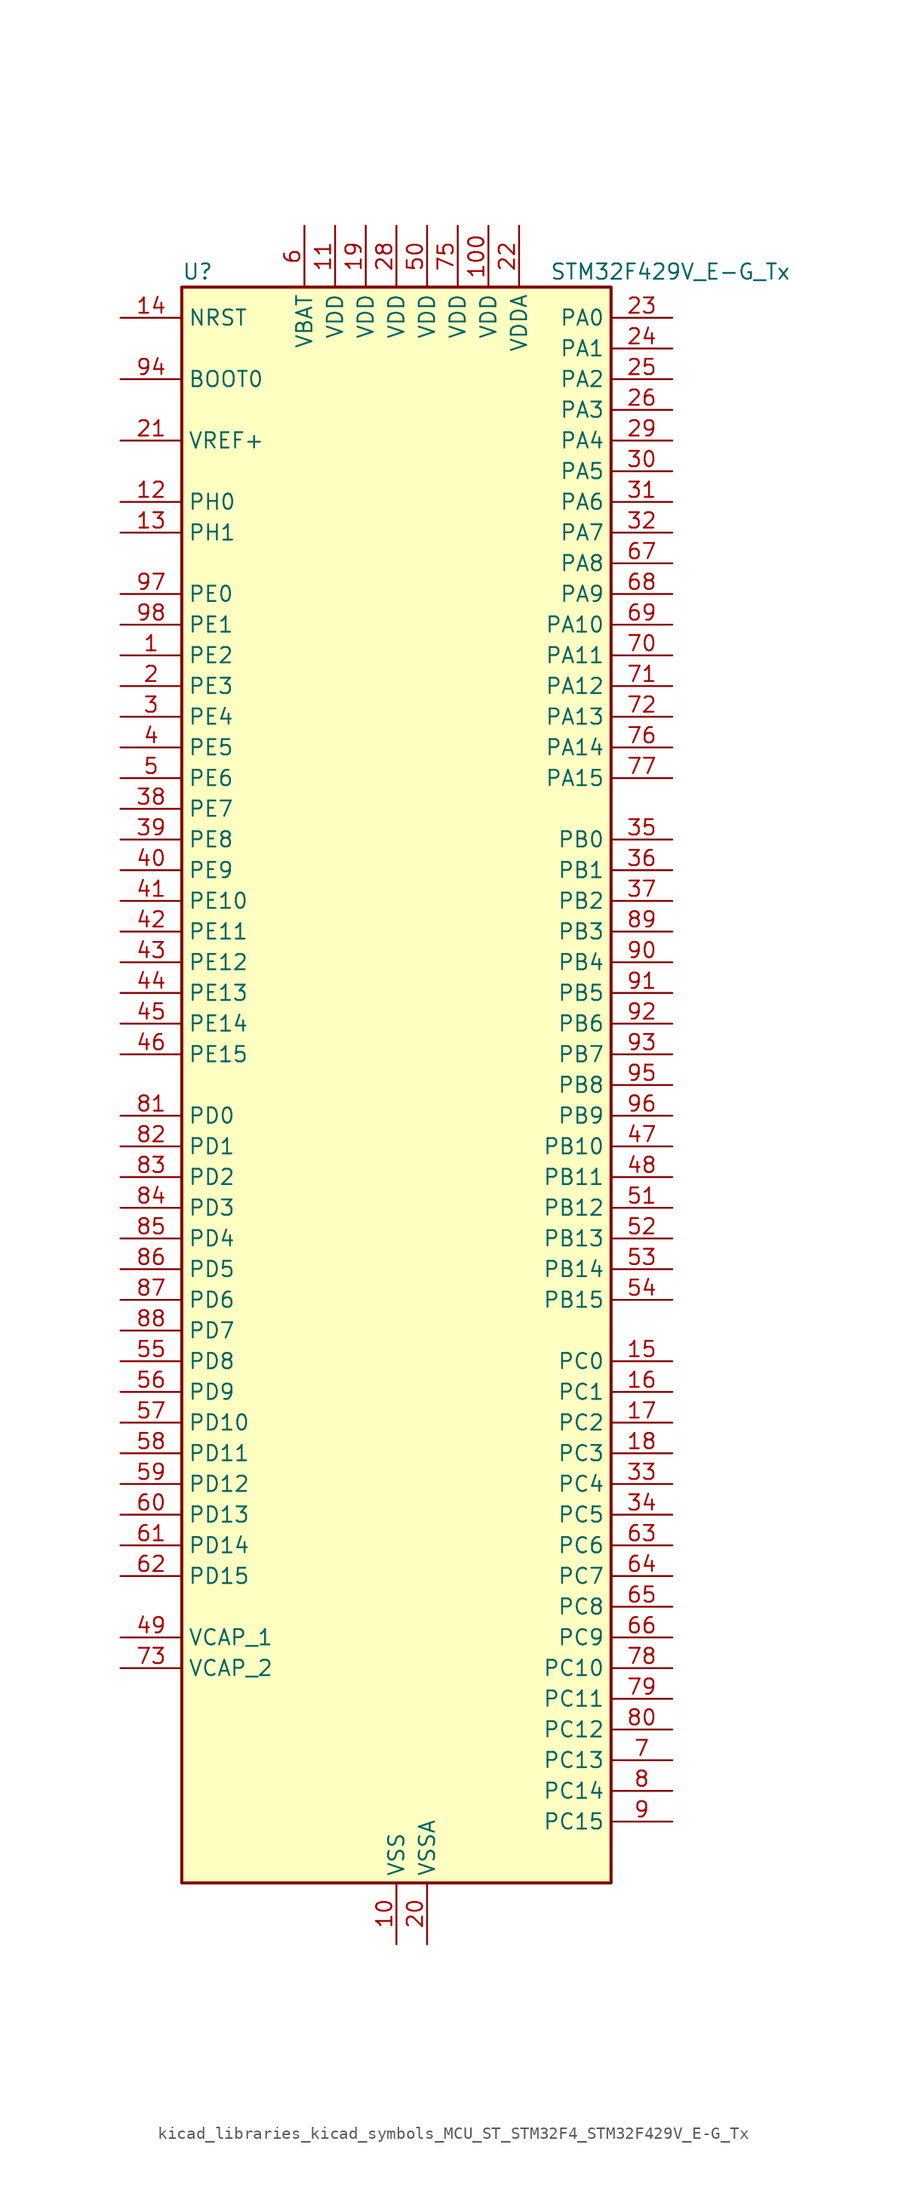
<source format=kicad_sym>
(kicad_symbol_lib
  (version 20220914)
  (generator kicad_symbol_editor)
  (symbol "kicad_libraries_kicad_symbols_MCU_ST_STM32F4_STM32F429V_E-G_Tx"
    (property "Reference" "U"
      (at -17.78 67.31 0)
      (effects (font (size 1.27 1.27)) (justify left)))
    (property "Value" "STM32F429V_E-G_Tx"
      (at 12.7 67.31 0)
      (effects (font (size 1.27 1.27)) (justify left)))
    (property "ki_locked" ""
      (at 0 0 0)
      (effects (font (size 1.27 1.27))))
    (symbol "kicad_libraries_kicad_symbols_MCU_ST_STM32F4_STM32F429V_E-G_Tx_0_1"
      (rectangle (start -17.78 -66.04) (end 17.78 66.04) (stroke (width 0.254) (type default)) (fill (type background))))
    (symbol "kicad_libraries_kicad_symbols_MCU_ST_STM32F4_STM32F429V_E-G_Tx_1_1"
      (pin bidirectional line (at -22.86 35.56 0) (length 5.08) (name "PE2" (effects (font (size 1.27 1.27)))) (number "1" (effects (font (size 1.27 1.27)))) (alternate "ETH_TXD3" bidirectional line) (alternate "FMC_A23" bidirectional line) (alternate "SAI1_MCLK_A" bidirectional line) (alternate "SPI4_SCK" bidirectional line) (alternate "SYS_TRACECLK" bidirectional line))
      (pin power_in line (at 0 -71.12 90) (length 5.08) (name "VSS" (effects (font (size 1.27 1.27)))) (number "10" (effects (font (size 1.27 1.27)))))
      (pin power_in line (at 7.62 71.12 270) (length 5.08) (name "VDD" (effects (font (size 1.27 1.27)))) (number "100" (effects (font (size 1.27 1.27)))))
      (pin power_in line (at -5.08 71.12 270) (length 5.08) (name "VDD" (effects (font (size 1.27 1.27)))) (number "11" (effects (font (size 1.27 1.27)))))
      (pin bidirectional line (at -22.86 48.26 0) (length 5.08) (name "PH0" (effects (font (size 1.27 1.27)))) (number "12" (effects (font (size 1.27 1.27)))) (alternate "RCC_OSC_IN" bidirectional line))
      (pin bidirectional line (at -22.86 45.72 0) (length 5.08) (name "PH1" (effects (font (size 1.27 1.27)))) (number "13" (effects (font (size 1.27 1.27)))) (alternate "RCC_OSC_OUT" bidirectional line))
      (pin input line (at -22.86 63.5 0) (length 5.08) (name "NRST" (effects (font (size 1.27 1.27)))) (number "14" (effects (font (size 1.27 1.27)))))
      (pin bidirectional line (at 22.86 -22.86 180) (length 5.08) (name "PC0" (effects (font (size 1.27 1.27)))) (number "15" (effects (font (size 1.27 1.27)))) (alternate "ADC1_IN10" bidirectional line) (alternate "ADC2_IN10" bidirectional line) (alternate "ADC3_IN10" bidirectional line) (alternate "USB_OTG_HS_ULPI_STP" bidirectional line))
      (pin bidirectional line (at 22.86 -25.4 180) (length 5.08) (name "PC1" (effects (font (size 1.27 1.27)))) (number "16" (effects (font (size 1.27 1.27)))) (alternate "ADC1_IN11" bidirectional line) (alternate "ADC2_IN11" bidirectional line) (alternate "ADC3_IN11" bidirectional line) (alternate "ETH_MDC" bidirectional line))
      (pin bidirectional line (at 22.86 -27.94 180) (length 5.08) (name "PC2" (effects (font (size 1.27 1.27)))) (number "17" (effects (font (size 1.27 1.27)))) (alternate "ADC1_IN12" bidirectional line) (alternate "ADC2_IN12" bidirectional line) (alternate "ADC3_IN12" bidirectional line) (alternate "ETH_TXD2" bidirectional line) (alternate "I2S2_ext_SD" bidirectional line) (alternate "SPI2_MISO" bidirectional line) (alternate "USB_OTG_HS_ULPI_DIR" bidirectional line))
      (pin bidirectional line (at 22.86 -30.48 180) (length 5.08) (name "PC3" (effects (font (size 1.27 1.27)))) (number "18" (effects (font (size 1.27 1.27)))) (alternate "ADC1_IN13" bidirectional line) (alternate "ADC2_IN13" bidirectional line) (alternate "ADC3_IN13" bidirectional line) (alternate "ETH_TX_CLK" bidirectional line) (alternate "I2S2_SD" bidirectional line) (alternate "SPI2_MOSI" bidirectional line) (alternate "USB_OTG_HS_ULPI_NXT" bidirectional line))
      (pin power_in line (at -2.54 71.12 270) (length 5.08) (name "VDD" (effects (font (size 1.27 1.27)))) (number "19" (effects (font (size 1.27 1.27)))))
      (pin bidirectional line (at -22.86 33.02 0) (length 5.08) (name "PE3" (effects (font (size 1.27 1.27)))) (number "2" (effects (font (size 1.27 1.27)))) (alternate "FMC_A19" bidirectional line) (alternate "SAI1_SD_B" bidirectional line) (alternate "SYS_TRACED0" bidirectional line))
      (pin power_in line (at 2.54 -71.12 90) (length 5.08) (name "VSSA" (effects (font (size 1.27 1.27)))) (number "20" (effects (font (size 1.27 1.27)))))
      (pin input line (at -22.86 53.34 0) (length 5.08) (name "VREF+" (effects (font (size 1.27 1.27)))) (number "21" (effects (font (size 1.27 1.27)))))
      (pin power_in line (at 10.16 71.12 270) (length 5.08) (name "VDDA" (effects (font (size 1.27 1.27)))) (number "22" (effects (font (size 1.27 1.27)))))
      (pin bidirectional line (at 22.86 63.5 180) (length 5.08) (name "PA0" (effects (font (size 1.27 1.27)))) (number "23" (effects (font (size 1.27 1.27)))) (alternate "ADC1_IN0" bidirectional line) (alternate "ADC2_IN0" bidirectional line) (alternate "ADC3_IN0" bidirectional line) (alternate "ETH_CRS" bidirectional line) (alternate "SYS_WKUP" bidirectional line) (alternate "TIM2_CH1" bidirectional line) (alternate "TIM2_ETR" bidirectional line) (alternate "TIM5_CH1" bidirectional line) (alternate "TIM8_ETR" bidirectional line) (alternate "UART4_TX" bidirectional line) (alternate "USART2_CTS" bidirectional line))
      (pin bidirectional line (at 22.86 60.96 180) (length 5.08) (name "PA1" (effects (font (size 1.27 1.27)))) (number "24" (effects (font (size 1.27 1.27)))) (alternate "ADC1_IN1" bidirectional line) (alternate "ADC2_IN1" bidirectional line) (alternate "ADC3_IN1" bidirectional line) (alternate "ETH_REF_CLK" bidirectional line) (alternate "ETH_RX_CLK" bidirectional line) (alternate "TIM2_CH2" bidirectional line) (alternate "TIM5_CH2" bidirectional line) (alternate "UART4_RX" bidirectional line) (alternate "USART2_RTS" bidirectional line))
      (pin bidirectional line (at 22.86 58.42 180) (length 5.08) (name "PA2" (effects (font (size 1.27 1.27)))) (number "25" (effects (font (size 1.27 1.27)))) (alternate "ADC1_IN2" bidirectional line) (alternate "ADC2_IN2" bidirectional line) (alternate "ADC3_IN2" bidirectional line) (alternate "ETH_MDIO" bidirectional line) (alternate "TIM2_CH3" bidirectional line) (alternate "TIM5_CH3" bidirectional line) (alternate "TIM9_CH1" bidirectional line) (alternate "USART2_TX" bidirectional line))
      (pin bidirectional line (at 22.86 55.88 180) (length 5.08) (name "PA3" (effects (font (size 1.27 1.27)))) (number "26" (effects (font (size 1.27 1.27)))) (alternate "ADC1_IN3" bidirectional line) (alternate "ADC2_IN3" bidirectional line) (alternate "ADC3_IN3" bidirectional line) (alternate "ETH_COL" bidirectional line) (alternate "LTDC_B5" bidirectional line) (alternate "TIM2_CH4" bidirectional line) (alternate "TIM5_CH4" bidirectional line) (alternate "TIM9_CH2" bidirectional line) (alternate "USART2_RX" bidirectional line) (alternate "USB_OTG_HS_ULPI_D0" bidirectional line))
      (pin passive line (at 0 -71.12 90) (length 5.08) hide (name "VSS" (effects (font (size 1.27 1.27)))) (number "27" (effects (font (size 1.27 1.27)))))
      (pin power_in line (at 0 71.12 270) (length 5.08) (name "VDD" (effects (font (size 1.27 1.27)))) (number "28" (effects (font (size 1.27 1.27)))))
      (pin bidirectional line (at 22.86 53.34 180) (length 5.08) (name "PA4" (effects (font (size 1.27 1.27)))) (number "29" (effects (font (size 1.27 1.27)))) (alternate "ADC1_IN4" bidirectional line) (alternate "ADC2_IN4" bidirectional line) (alternate "DAC_OUT1" bidirectional line) (alternate "DCMI_HSYNC" bidirectional line) (alternate "I2S3_WS" bidirectional line) (alternate "LTDC_VSYNC" bidirectional line) (alternate "SPI1_NSS" bidirectional line) (alternate "SPI3_NSS" bidirectional line) (alternate "USART2_CK" bidirectional line) (alternate "USB_OTG_HS_SOF" bidirectional line))
      (pin bidirectional line (at -22.86 30.48 0) (length 5.08) (name "PE4" (effects (font (size 1.27 1.27)))) (number "3" (effects (font (size 1.27 1.27)))) (alternate "DCMI_D4" bidirectional line) (alternate "FMC_A20" bidirectional line) (alternate "LTDC_B0" bidirectional line) (alternate "SAI1_FS_A" bidirectional line) (alternate "SPI4_NSS" bidirectional line) (alternate "SYS_TRACED1" bidirectional line))
      (pin bidirectional line (at 22.86 50.8 180) (length 5.08) (name "PA5" (effects (font (size 1.27 1.27)))) (number "30" (effects (font (size 1.27 1.27)))) (alternate "ADC1_IN5" bidirectional line) (alternate "ADC2_IN5" bidirectional line) (alternate "DAC_OUT2" bidirectional line) (alternate "SPI1_SCK" bidirectional line) (alternate "TIM2_CH1" bidirectional line) (alternate "TIM2_ETR" bidirectional line) (alternate "TIM8_CH1N" bidirectional line) (alternate "USB_OTG_HS_ULPI_CK" bidirectional line))
      (pin bidirectional line (at 22.86 48.26 180) (length 5.08) (name "PA6" (effects (font (size 1.27 1.27)))) (number "31" (effects (font (size 1.27 1.27)))) (alternate "ADC1_IN6" bidirectional line) (alternate "ADC2_IN6" bidirectional line) (alternate "DCMI_PIXCLK" bidirectional line) (alternate "LTDC_G2" bidirectional line) (alternate "SPI1_MISO" bidirectional line) (alternate "TIM13_CH1" bidirectional line) (alternate "TIM1_BKIN" bidirectional line) (alternate "TIM3_CH1" bidirectional line) (alternate "TIM8_BKIN" bidirectional line))
      (pin bidirectional line (at 22.86 45.72 180) (length 5.08) (name "PA7" (effects (font (size 1.27 1.27)))) (number "32" (effects (font (size 1.27 1.27)))) (alternate "ADC1_IN7" bidirectional line) (alternate "ADC2_IN7" bidirectional line) (alternate "ETH_CRS_DV" bidirectional line) (alternate "ETH_RX_DV" bidirectional line) (alternate "SPI1_MOSI" bidirectional line) (alternate "TIM14_CH1" bidirectional line) (alternate "TIM1_CH1N" bidirectional line) (alternate "TIM3_CH2" bidirectional line) (alternate "TIM8_CH1N" bidirectional line))
      (pin bidirectional line (at 22.86 -33.02 180) (length 5.08) (name "PC4" (effects (font (size 1.27 1.27)))) (number "33" (effects (font (size 1.27 1.27)))) (alternate "ADC1_IN14" bidirectional line) (alternate "ADC2_IN14" bidirectional line) (alternate "ETH_RXD0" bidirectional line))
      (pin bidirectional line (at 22.86 -35.56 180) (length 5.08) (name "PC5" (effects (font (size 1.27 1.27)))) (number "34" (effects (font (size 1.27 1.27)))) (alternate "ADC1_IN15" bidirectional line) (alternate "ADC2_IN15" bidirectional line) (alternate "ETH_RXD1" bidirectional line))
      (pin bidirectional line (at 22.86 20.32 180) (length 5.08) (name "PB0" (effects (font (size 1.27 1.27)))) (number "35" (effects (font (size 1.27 1.27)))) (alternate "ADC1_IN8" bidirectional line) (alternate "ADC2_IN8" bidirectional line) (alternate "ETH_RXD2" bidirectional line) (alternate "LTDC_R3" bidirectional line) (alternate "TIM1_CH2N" bidirectional line) (alternate "TIM3_CH3" bidirectional line) (alternate "TIM8_CH2N" bidirectional line) (alternate "USB_OTG_HS_ULPI_D1" bidirectional line))
      (pin bidirectional line (at 22.86 17.78 180) (length 5.08) (name "PB1" (effects (font (size 1.27 1.27)))) (number "36" (effects (font (size 1.27 1.27)))) (alternate "ADC1_IN9" bidirectional line) (alternate "ADC2_IN9" bidirectional line) (alternate "ETH_RXD3" bidirectional line) (alternate "LTDC_R6" bidirectional line) (alternate "TIM1_CH3N" bidirectional line) (alternate "TIM3_CH4" bidirectional line) (alternate "TIM8_CH3N" bidirectional line) (alternate "USB_OTG_HS_ULPI_D2" bidirectional line))
      (pin bidirectional line (at 22.86 15.24 180) (length 5.08) (name "PB2" (effects (font (size 1.27 1.27)))) (number "37" (effects (font (size 1.27 1.27)))))
      (pin bidirectional line (at -22.86 22.86 0) (length 5.08) (name "PE7" (effects (font (size 1.27 1.27)))) (number "38" (effects (font (size 1.27 1.27)))) (alternate "FMC_D4" bidirectional line) (alternate "FMC_DA4" bidirectional line) (alternate "TIM1_ETR" bidirectional line) (alternate "UART7_RX" bidirectional line))
      (pin bidirectional line (at -22.86 20.32 0) (length 5.08) (name "PE8" (effects (font (size 1.27 1.27)))) (number "39" (effects (font (size 1.27 1.27)))) (alternate "FMC_D5" bidirectional line) (alternate "FMC_DA5" bidirectional line) (alternate "TIM1_CH1N" bidirectional line) (alternate "UART7_TX" bidirectional line))
      (pin bidirectional line (at -22.86 27.94 0) (length 5.08) (name "PE5" (effects (font (size 1.27 1.27)))) (number "4" (effects (font (size 1.27 1.27)))) (alternate "DCMI_D6" bidirectional line) (alternate "FMC_A21" bidirectional line) (alternate "LTDC_G0" bidirectional line) (alternate "SAI1_SCK_A" bidirectional line) (alternate "SPI4_MISO" bidirectional line) (alternate "SYS_TRACED2" bidirectional line) (alternate "TIM9_CH1" bidirectional line))
      (pin bidirectional line (at -22.86 17.78 0) (length 5.08) (name "PE9" (effects (font (size 1.27 1.27)))) (number "40" (effects (font (size 1.27 1.27)))) (alternate "DAC_EXTI9" bidirectional line) (alternate "FMC_D6" bidirectional line) (alternate "FMC_DA6" bidirectional line) (alternate "TIM1_CH1" bidirectional line))
      (pin bidirectional line (at -22.86 15.24 0) (length 5.08) (name "PE10" (effects (font (size 1.27 1.27)))) (number "41" (effects (font (size 1.27 1.27)))) (alternate "FMC_D7" bidirectional line) (alternate "FMC_DA7" bidirectional line) (alternate "TIM1_CH2N" bidirectional line))
      (pin bidirectional line (at -22.86 12.7 0) (length 5.08) (name "PE11" (effects (font (size 1.27 1.27)))) (number "42" (effects (font (size 1.27 1.27)))) (alternate "ADC1_EXTI11" bidirectional line) (alternate "ADC2_EXTI11" bidirectional line) (alternate "ADC3_EXTI11" bidirectional line) (alternate "FMC_D8" bidirectional line) (alternate "FMC_DA8" bidirectional line) (alternate "LTDC_G3" bidirectional line) (alternate "SPI4_NSS" bidirectional line) (alternate "TIM1_CH2" bidirectional line))
      (pin bidirectional line (at -22.86 10.16 0) (length 5.08) (name "PE12" (effects (font (size 1.27 1.27)))) (number "43" (effects (font (size 1.27 1.27)))) (alternate "FMC_D9" bidirectional line) (alternate "FMC_DA9" bidirectional line) (alternate "LTDC_B4" bidirectional line) (alternate "SPI4_SCK" bidirectional line) (alternate "TIM1_CH3N" bidirectional line))
      (pin bidirectional line (at -22.86 7.62 0) (length 5.08) (name "PE13" (effects (font (size 1.27 1.27)))) (number "44" (effects (font (size 1.27 1.27)))) (alternate "FMC_D10" bidirectional line) (alternate "FMC_DA10" bidirectional line) (alternate "LTDC_DE" bidirectional line) (alternate "SPI4_MISO" bidirectional line) (alternate "TIM1_CH3" bidirectional line))
      (pin bidirectional line (at -22.86 5.08 0) (length 5.08) (name "PE14" (effects (font (size 1.27 1.27)))) (number "45" (effects (font (size 1.27 1.27)))) (alternate "FMC_D11" bidirectional line) (alternate "FMC_DA11" bidirectional line) (alternate "LTDC_CLK" bidirectional line) (alternate "SPI4_MOSI" bidirectional line) (alternate "TIM1_CH4" bidirectional line))
      (pin bidirectional line (at -22.86 2.54 0) (length 5.08) (name "PE15" (effects (font (size 1.27 1.27)))) (number "46" (effects (font (size 1.27 1.27)))) (alternate "ADC1_EXTI15" bidirectional line) (alternate "ADC2_EXTI15" bidirectional line) (alternate "ADC3_EXTI15" bidirectional line) (alternate "FMC_D12" bidirectional line) (alternate "FMC_DA12" bidirectional line) (alternate "LTDC_R7" bidirectional line) (alternate "TIM1_BKIN" bidirectional line))
      (pin bidirectional line (at 22.86 -5.08 180) (length 5.08) (name "PB10" (effects (font (size 1.27 1.27)))) (number "47" (effects (font (size 1.27 1.27)))) (alternate "ETH_RX_ER" bidirectional line) (alternate "I2C2_SCL" bidirectional line) (alternate "I2S2_CK" bidirectional line) (alternate "LTDC_G4" bidirectional line) (alternate "SPI2_SCK" bidirectional line) (alternate "TIM2_CH3" bidirectional line) (alternate "USART3_TX" bidirectional line) (alternate "USB_OTG_HS_ULPI_D3" bidirectional line))
      (pin bidirectional line (at 22.86 -7.62 180) (length 5.08) (name "PB11" (effects (font (size 1.27 1.27)))) (number "48" (effects (font (size 1.27 1.27)))) (alternate "ADC1_EXTI11" bidirectional line) (alternate "ADC2_EXTI11" bidirectional line) (alternate "ADC3_EXTI11" bidirectional line) (alternate "ETH_TX_EN" bidirectional line) (alternate "I2C2_SDA" bidirectional line) (alternate "LTDC_G5" bidirectional line) (alternate "TIM2_CH4" bidirectional line) (alternate "USART3_RX" bidirectional line) (alternate "USB_OTG_HS_ULPI_D4" bidirectional line))
      (pin power_out line (at -22.86 -45.72 0) (length 5.08) (name "VCAP_1" (effects (font (size 1.27 1.27)))) (number "49" (effects (font (size 1.27 1.27)))))
      (pin bidirectional line (at -22.86 25.4 0) (length 5.08) (name "PE6" (effects (font (size 1.27 1.27)))) (number "5" (effects (font (size 1.27 1.27)))) (alternate "DCMI_D7" bidirectional line) (alternate "FMC_A22" bidirectional line) (alternate "LTDC_G1" bidirectional line) (alternate "SAI1_SD_A" bidirectional line) (alternate "SPI4_MOSI" bidirectional line) (alternate "SYS_TRACED3" bidirectional line) (alternate "TIM9_CH2" bidirectional line))
      (pin power_in line (at 2.54 71.12 270) (length 5.08) (name "VDD" (effects (font (size 1.27 1.27)))) (number "50" (effects (font (size 1.27 1.27)))))
      (pin bidirectional line (at 22.86 -10.16 180) (length 5.08) (name "PB12" (effects (font (size 1.27 1.27)))) (number "51" (effects (font (size 1.27 1.27)))) (alternate "CAN2_RX" bidirectional line) (alternate "ETH_TXD0" bidirectional line) (alternate "I2C2_SMBA" bidirectional line) (alternate "I2S2_WS" bidirectional line) (alternate "SPI2_NSS" bidirectional line) (alternate "TIM1_BKIN" bidirectional line) (alternate "USART3_CK" bidirectional line) (alternate "USB_OTG_HS_ID" bidirectional line) (alternate "USB_OTG_HS_ULPI_D5" bidirectional line))
      (pin bidirectional line (at 22.86 -12.7 180) (length 5.08) (name "PB13" (effects (font (size 1.27 1.27)))) (number "52" (effects (font (size 1.27 1.27)))) (alternate "CAN2_TX" bidirectional line) (alternate "ETH_TXD1" bidirectional line) (alternate "I2S2_CK" bidirectional line) (alternate "SPI2_SCK" bidirectional line) (alternate "TIM1_CH1N" bidirectional line) (alternate "USART3_CTS" bidirectional line) (alternate "USB_OTG_HS_ULPI_D6" bidirectional line) (alternate "USB_OTG_HS_VBUS" bidirectional line))
      (pin bidirectional line (at 22.86 -15.24 180) (length 5.08) (name "PB14" (effects (font (size 1.27 1.27)))) (number "53" (effects (font (size 1.27 1.27)))) (alternate "I2S2_ext_SD" bidirectional line) (alternate "SPI2_MISO" bidirectional line) (alternate "TIM12_CH1" bidirectional line) (alternate "TIM1_CH2N" bidirectional line) (alternate "TIM8_CH2N" bidirectional line) (alternate "USART3_RTS" bidirectional line) (alternate "USB_OTG_HS_DM" bidirectional line))
      (pin bidirectional line (at 22.86 -17.78 180) (length 5.08) (name "PB15" (effects (font (size 1.27 1.27)))) (number "54" (effects (font (size 1.27 1.27)))) (alternate "ADC1_EXTI15" bidirectional line) (alternate "ADC2_EXTI15" bidirectional line) (alternate "ADC3_EXTI15" bidirectional line) (alternate "I2S2_SD" bidirectional line) (alternate "RTC_REFIN" bidirectional line) (alternate "SPI2_MOSI" bidirectional line) (alternate "TIM12_CH2" bidirectional line) (alternate "TIM1_CH3N" bidirectional line) (alternate "TIM8_CH3N" bidirectional line) (alternate "USB_OTG_HS_DP" bidirectional line))
      (pin bidirectional line (at -22.86 -22.86 0) (length 5.08) (name "PD8" (effects (font (size 1.27 1.27)))) (number "55" (effects (font (size 1.27 1.27)))) (alternate "FMC_D13" bidirectional line) (alternate "FMC_DA13" bidirectional line) (alternate "USART3_TX" bidirectional line))
      (pin bidirectional line (at -22.86 -25.4 0) (length 5.08) (name "PD9" (effects (font (size 1.27 1.27)))) (number "56" (effects (font (size 1.27 1.27)))) (alternate "DAC_EXTI9" bidirectional line) (alternate "FMC_D14" bidirectional line) (alternate "FMC_DA14" bidirectional line) (alternate "USART3_RX" bidirectional line))
      (pin bidirectional line (at -22.86 -27.94 0) (length 5.08) (name "PD10" (effects (font (size 1.27 1.27)))) (number "57" (effects (font (size 1.27 1.27)))) (alternate "FMC_D15" bidirectional line) (alternate "FMC_DA15" bidirectional line) (alternate "LTDC_B3" bidirectional line) (alternate "USART3_CK" bidirectional line))
      (pin bidirectional line (at -22.86 -30.48 0) (length 5.08) (name "PD11" (effects (font (size 1.27 1.27)))) (number "58" (effects (font (size 1.27 1.27)))) (alternate "ADC1_EXTI11" bidirectional line) (alternate "ADC2_EXTI11" bidirectional line) (alternate "ADC3_EXTI11" bidirectional line) (alternate "FMC_A16" bidirectional line) (alternate "FMC_CLE" bidirectional line) (alternate "USART3_CTS" bidirectional line))
      (pin bidirectional line (at -22.86 -33.02 0) (length 5.08) (name "PD12" (effects (font (size 1.27 1.27)))) (number "59" (effects (font (size 1.27 1.27)))) (alternate "FMC_A17" bidirectional line) (alternate "FMC_ALE" bidirectional line) (alternate "TIM4_CH1" bidirectional line) (alternate "USART3_RTS" bidirectional line))
      (pin power_in line (at -7.62 71.12 270) (length 5.08) (name "VBAT" (effects (font (size 1.27 1.27)))) (number "6" (effects (font (size 1.27 1.27)))))
      (pin bidirectional line (at -22.86 -35.56 0) (length 5.08) (name "PD13" (effects (font (size 1.27 1.27)))) (number "60" (effects (font (size 1.27 1.27)))) (alternate "FMC_A18" bidirectional line) (alternate "TIM4_CH2" bidirectional line))
      (pin bidirectional line (at -22.86 -38.1 0) (length 5.08) (name "PD14" (effects (font (size 1.27 1.27)))) (number "61" (effects (font (size 1.27 1.27)))) (alternate "FMC_D0" bidirectional line) (alternate "FMC_DA0" bidirectional line) (alternate "TIM4_CH3" bidirectional line))
      (pin bidirectional line (at -22.86 -40.64 0) (length 5.08) (name "PD15" (effects (font (size 1.27 1.27)))) (number "62" (effects (font (size 1.27 1.27)))) (alternate "ADC1_EXTI15" bidirectional line) (alternate "ADC2_EXTI15" bidirectional line) (alternate "ADC3_EXTI15" bidirectional line) (alternate "FMC_D1" bidirectional line) (alternate "FMC_DA1" bidirectional line) (alternate "TIM4_CH4" bidirectional line))
      (pin bidirectional line (at 22.86 -38.1 180) (length 5.08) (name "PC6" (effects (font (size 1.27 1.27)))) (number "63" (effects (font (size 1.27 1.27)))) (alternate "DCMI_D0" bidirectional line) (alternate "I2S2_MCK" bidirectional line) (alternate "LTDC_HSYNC" bidirectional line) (alternate "SDIO_D6" bidirectional line) (alternate "TIM3_CH1" bidirectional line) (alternate "TIM8_CH1" bidirectional line) (alternate "USART6_TX" bidirectional line))
      (pin bidirectional line (at 22.86 -40.64 180) (length 5.08) (name "PC7" (effects (font (size 1.27 1.27)))) (number "64" (effects (font (size 1.27 1.27)))) (alternate "DCMI_D1" bidirectional line) (alternate "I2S3_MCK" bidirectional line) (alternate "LTDC_G6" bidirectional line) (alternate "SDIO_D7" bidirectional line) (alternate "TIM3_CH2" bidirectional line) (alternate "TIM8_CH2" bidirectional line) (alternate "USART6_RX" bidirectional line))
      (pin bidirectional line (at 22.86 -43.18 180) (length 5.08) (name "PC8" (effects (font (size 1.27 1.27)))) (number "65" (effects (font (size 1.27 1.27)))) (alternate "DCMI_D2" bidirectional line) (alternate "SDIO_D0" bidirectional line) (alternate "TIM3_CH3" bidirectional line) (alternate "TIM8_CH3" bidirectional line) (alternate "USART6_CK" bidirectional line))
      (pin bidirectional line (at 22.86 -45.72 180) (length 5.08) (name "PC9" (effects (font (size 1.27 1.27)))) (number "66" (effects (font (size 1.27 1.27)))) (alternate "DAC_EXTI9" bidirectional line) (alternate "DCMI_D3" bidirectional line) (alternate "I2C3_SDA" bidirectional line) (alternate "I2S_CKIN" bidirectional line) (alternate "RCC_MCO_2" bidirectional line) (alternate "SDIO_D1" bidirectional line) (alternate "TIM3_CH4" bidirectional line) (alternate "TIM8_CH4" bidirectional line))
      (pin bidirectional line (at 22.86 43.18 180) (length 5.08) (name "PA8" (effects (font (size 1.27 1.27)))) (number "67" (effects (font (size 1.27 1.27)))) (alternate "I2C3_SCL" bidirectional line) (alternate "LTDC_R6" bidirectional line) (alternate "RCC_MCO_1" bidirectional line) (alternate "TIM1_CH1" bidirectional line) (alternate "USART1_CK" bidirectional line) (alternate "USB_OTG_FS_SOF" bidirectional line))
      (pin bidirectional line (at 22.86 40.64 180) (length 5.08) (name "PA9" (effects (font (size 1.27 1.27)))) (number "68" (effects (font (size 1.27 1.27)))) (alternate "DAC_EXTI9" bidirectional line) (alternate "DCMI_D0" bidirectional line) (alternate "I2C3_SMBA" bidirectional line) (alternate "TIM1_CH2" bidirectional line) (alternate "USART1_TX" bidirectional line) (alternate "USB_OTG_FS_VBUS" bidirectional line))
      (pin bidirectional line (at 22.86 38.1 180) (length 5.08) (name "PA10" (effects (font (size 1.27 1.27)))) (number "69" (effects (font (size 1.27 1.27)))) (alternate "DCMI_D1" bidirectional line) (alternate "TIM1_CH3" bidirectional line) (alternate "USART1_RX" bidirectional line) (alternate "USB_OTG_FS_ID" bidirectional line))
      (pin bidirectional line (at 22.86 -55.88 180) (length 5.08) (name "PC13" (effects (font (size 1.27 1.27)))) (number "7" (effects (font (size 1.27 1.27)))) (alternate "RTC_AF1" bidirectional line))
      (pin bidirectional line (at 22.86 35.56 180) (length 5.08) (name "PA11" (effects (font (size 1.27 1.27)))) (number "70" (effects (font (size 1.27 1.27)))) (alternate "ADC1_EXTI11" bidirectional line) (alternate "ADC2_EXTI11" bidirectional line) (alternate "ADC3_EXTI11" bidirectional line) (alternate "CAN1_RX" bidirectional line) (alternate "LTDC_R4" bidirectional line) (alternate "TIM1_CH4" bidirectional line) (alternate "USART1_CTS" bidirectional line) (alternate "USB_OTG_FS_DM" bidirectional line))
      (pin bidirectional line (at 22.86 33.02 180) (length 5.08) (name "PA12" (effects (font (size 1.27 1.27)))) (number "71" (effects (font (size 1.27 1.27)))) (alternate "CAN1_TX" bidirectional line) (alternate "LTDC_R5" bidirectional line) (alternate "TIM1_ETR" bidirectional line) (alternate "USART1_RTS" bidirectional line) (alternate "USB_OTG_FS_DP" bidirectional line))
      (pin bidirectional line (at 22.86 30.48 180) (length 5.08) (name "PA13" (effects (font (size 1.27 1.27)))) (number "72" (effects (font (size 1.27 1.27)))) (alternate "SYS_JTMS-SWDIO" bidirectional line))
      (pin power_out line (at -22.86 -48.26 0) (length 5.08) (name "VCAP_2" (effects (font (size 1.27 1.27)))) (number "73" (effects (font (size 1.27 1.27)))))
      (pin passive line (at 0 -71.12 90) (length 5.08) hide (name "VSS" (effects (font (size 1.27 1.27)))) (number "74" (effects (font (size 1.27 1.27)))))
      (pin power_in line (at 5.08 71.12 270) (length 5.08) (name "VDD" (effects (font (size 1.27 1.27)))) (number "75" (effects (font (size 1.27 1.27)))))
      (pin bidirectional line (at 22.86 27.94 180) (length 5.08) (name "PA14" (effects (font (size 1.27 1.27)))) (number "76" (effects (font (size 1.27 1.27)))) (alternate "SYS_JTCK-SWCLK" bidirectional line))
      (pin bidirectional line (at 22.86 25.4 180) (length 5.08) (name "PA15" (effects (font (size 1.27 1.27)))) (number "77" (effects (font (size 1.27 1.27)))) (alternate "ADC1_EXTI15" bidirectional line) (alternate "ADC2_EXTI15" bidirectional line) (alternate "ADC3_EXTI15" bidirectional line) (alternate "I2S3_WS" bidirectional line) (alternate "SPI1_NSS" bidirectional line) (alternate "SPI3_NSS" bidirectional line) (alternate "SYS_JTDI" bidirectional line) (alternate "TIM2_CH1" bidirectional line) (alternate "TIM2_ETR" bidirectional line))
      (pin bidirectional line (at 22.86 -48.26 180) (length 5.08) (name "PC10" (effects (font (size 1.27 1.27)))) (number "78" (effects (font (size 1.27 1.27)))) (alternate "DCMI_D8" bidirectional line) (alternate "I2S3_CK" bidirectional line) (alternate "LTDC_R2" bidirectional line) (alternate "SDIO_D2" bidirectional line) (alternate "SPI3_SCK" bidirectional line) (alternate "UART4_TX" bidirectional line) (alternate "USART3_TX" bidirectional line))
      (pin bidirectional line (at 22.86 -50.8 180) (length 5.08) (name "PC11" (effects (font (size 1.27 1.27)))) (number "79" (effects (font (size 1.27 1.27)))) (alternate "ADC1_EXTI11" bidirectional line) (alternate "ADC2_EXTI11" bidirectional line) (alternate "ADC3_EXTI11" bidirectional line) (alternate "DCMI_D4" bidirectional line) (alternate "I2S3_ext_SD" bidirectional line) (alternate "SDIO_D3" bidirectional line) (alternate "SPI3_MISO" bidirectional line) (alternate "UART4_RX" bidirectional line) (alternate "USART3_RX" bidirectional line))
      (pin bidirectional line (at 22.86 -58.42 180) (length 5.08) (name "PC14" (effects (font (size 1.27 1.27)))) (number "8" (effects (font (size 1.27 1.27)))) (alternate "RCC_OSC32_IN" bidirectional line))
      (pin bidirectional line (at 22.86 -53.34 180) (length 5.08) (name "PC12" (effects (font (size 1.27 1.27)))) (number "80" (effects (font (size 1.27 1.27)))) (alternate "DCMI_D9" bidirectional line) (alternate "I2S3_SD" bidirectional line) (alternate "SDIO_CK" bidirectional line) (alternate "SPI3_MOSI" bidirectional line) (alternate "UART5_TX" bidirectional line) (alternate "USART3_CK" bidirectional line))
      (pin bidirectional line (at -22.86 -2.54 0) (length 5.08) (name "PD0" (effects (font (size 1.27 1.27)))) (number "81" (effects (font (size 1.27 1.27)))) (alternate "CAN1_RX" bidirectional line) (alternate "FMC_D2" bidirectional line) (alternate "FMC_DA2" bidirectional line))
      (pin bidirectional line (at -22.86 -5.08 0) (length 5.08) (name "PD1" (effects (font (size 1.27 1.27)))) (number "82" (effects (font (size 1.27 1.27)))) (alternate "CAN1_TX" bidirectional line) (alternate "FMC_D3" bidirectional line) (alternate "FMC_DA3" bidirectional line))
      (pin bidirectional line (at -22.86 -7.62 0) (length 5.08) (name "PD2" (effects (font (size 1.27 1.27)))) (number "83" (effects (font (size 1.27 1.27)))) (alternate "DCMI_D11" bidirectional line) (alternate "SDIO_CMD" bidirectional line) (alternate "TIM3_ETR" bidirectional line) (alternate "UART5_RX" bidirectional line))
      (pin bidirectional line (at -22.86 -10.16 0) (length 5.08) (name "PD3" (effects (font (size 1.27 1.27)))) (number "84" (effects (font (size 1.27 1.27)))) (alternate "DCMI_D5" bidirectional line) (alternate "FMC_CLK" bidirectional line) (alternate "I2S2_CK" bidirectional line) (alternate "LTDC_G7" bidirectional line) (alternate "SPI2_SCK" bidirectional line) (alternate "USART2_CTS" bidirectional line))
      (pin bidirectional line (at -22.86 -12.7 0) (length 5.08) (name "PD4" (effects (font (size 1.27 1.27)))) (number "85" (effects (font (size 1.27 1.27)))) (alternate "FMC_NOE" bidirectional line) (alternate "USART2_RTS" bidirectional line))
      (pin bidirectional line (at -22.86 -15.24 0) (length 5.08) (name "PD5" (effects (font (size 1.27 1.27)))) (number "86" (effects (font (size 1.27 1.27)))) (alternate "FMC_NWE" bidirectional line) (alternate "USART2_TX" bidirectional line))
      (pin bidirectional line (at -22.86 -17.78 0) (length 5.08) (name "PD6" (effects (font (size 1.27 1.27)))) (number "87" (effects (font (size 1.27 1.27)))) (alternate "DCMI_D10" bidirectional line) (alternate "FMC_NWAIT" bidirectional line) (alternate "I2S3_SD" bidirectional line) (alternate "LTDC_B2" bidirectional line) (alternate "SAI1_SD_A" bidirectional line) (alternate "SPI3_MOSI" bidirectional line) (alternate "USART2_RX" bidirectional line))
      (pin bidirectional line (at -22.86 -20.32 0) (length 5.08) (name "PD7" (effects (font (size 1.27 1.27)))) (number "88" (effects (font (size 1.27 1.27)))) (alternate "FMC_NCE2" bidirectional line) (alternate "FMC_NE1" bidirectional line) (alternate "USART2_CK" bidirectional line))
      (pin bidirectional line (at 22.86 12.7 180) (length 5.08) (name "PB3" (effects (font (size 1.27 1.27)))) (number "89" (effects (font (size 1.27 1.27)))) (alternate "I2S3_CK" bidirectional line) (alternate "SPI1_SCK" bidirectional line) (alternate "SPI3_SCK" bidirectional line) (alternate "SYS_JTDO-SWO" bidirectional line) (alternate "TIM2_CH2" bidirectional line))
      (pin bidirectional line (at 22.86 -60.96 180) (length 5.08) (name "PC15" (effects (font (size 1.27 1.27)))) (number "9" (effects (font (size 1.27 1.27)))) (alternate "ADC1_EXTI15" bidirectional line) (alternate "ADC2_EXTI15" bidirectional line) (alternate "ADC3_EXTI15" bidirectional line) (alternate "RCC_OSC32_OUT" bidirectional line))
      (pin bidirectional line (at 22.86 10.16 180) (length 5.08) (name "PB4" (effects (font (size 1.27 1.27)))) (number "90" (effects (font (size 1.27 1.27)))) (alternate "I2S3_ext_SD" bidirectional line) (alternate "SPI1_MISO" bidirectional line) (alternate "SPI3_MISO" bidirectional line) (alternate "SYS_JTRST" bidirectional line) (alternate "TIM3_CH1" bidirectional line))
      (pin bidirectional line (at 22.86 7.62 180) (length 5.08) (name "PB5" (effects (font (size 1.27 1.27)))) (number "91" (effects (font (size 1.27 1.27)))) (alternate "CAN2_RX" bidirectional line) (alternate "DCMI_D10" bidirectional line) (alternate "ETH_PPS_OUT" bidirectional line) (alternate "I2C1_SMBA" bidirectional line) (alternate "I2S3_SD" bidirectional line) (alternate "SPI1_MOSI" bidirectional line) (alternate "SPI3_MOSI" bidirectional line) (alternate "TIM3_CH2" bidirectional line) (alternate "USB_OTG_HS_ULPI_D7" bidirectional line))
      (pin bidirectional line (at 22.86 5.08 180) (length 5.08) (name "PB6" (effects (font (size 1.27 1.27)))) (number "92" (effects (font (size 1.27 1.27)))) (alternate "CAN2_TX" bidirectional line) (alternate "DCMI_D5" bidirectional line) (alternate "I2C1_SCL" bidirectional line) (alternate "TIM4_CH1" bidirectional line) (alternate "USART1_TX" bidirectional line))
      (pin bidirectional line (at 22.86 2.54 180) (length 5.08) (name "PB7" (effects (font (size 1.27 1.27)))) (number "93" (effects (font (size 1.27 1.27)))) (alternate "DCMI_VSYNC" bidirectional line) (alternate "FMC_NL" bidirectional line) (alternate "I2C1_SDA" bidirectional line) (alternate "TIM4_CH2" bidirectional line) (alternate "USART1_RX" bidirectional line))
      (pin input line (at -22.86 58.42 0) (length 5.08) (name "BOOT0" (effects (font (size 1.27 1.27)))) (number "94" (effects (font (size 1.27 1.27)))))
      (pin bidirectional line (at 22.86 0 180) (length 5.08) (name "PB8" (effects (font (size 1.27 1.27)))) (number "95" (effects (font (size 1.27 1.27)))) (alternate "CAN1_RX" bidirectional line) (alternate "DCMI_D6" bidirectional line) (alternate "ETH_TXD3" bidirectional line) (alternate "I2C1_SCL" bidirectional line) (alternate "LTDC_B6" bidirectional line) (alternate "SDIO_D4" bidirectional line) (alternate "TIM10_CH1" bidirectional line) (alternate "TIM4_CH3" bidirectional line))
      (pin bidirectional line (at 22.86 -2.54 180) (length 5.08) (name "PB9" (effects (font (size 1.27 1.27)))) (number "96" (effects (font (size 1.27 1.27)))) (alternate "CAN1_TX" bidirectional line) (alternate "DAC_EXTI9" bidirectional line) (alternate "DCMI_D7" bidirectional line) (alternate "I2C1_SDA" bidirectional line) (alternate "I2S2_WS" bidirectional line) (alternate "LTDC_B7" bidirectional line) (alternate "SDIO_D5" bidirectional line) (alternate "SPI2_NSS" bidirectional line) (alternate "TIM11_CH1" bidirectional line) (alternate "TIM4_CH4" bidirectional line))
      (pin bidirectional line (at -22.86 40.64 0) (length 5.08) (name "PE0" (effects (font (size 1.27 1.27)))) (number "97" (effects (font (size 1.27 1.27)))) (alternate "DCMI_D2" bidirectional line) (alternate "FMC_NBL0" bidirectional line) (alternate "TIM4_ETR" bidirectional line) (alternate "UART8_RX" bidirectional line))
      (pin bidirectional line (at -22.86 38.1 0) (length 5.08) (name "PE1" (effects (font (size 1.27 1.27)))) (number "98" (effects (font (size 1.27 1.27)))) (alternate "DCMI_D3" bidirectional line) (alternate "FMC_NBL1" bidirectional line) (alternate "UART8_TX" bidirectional line))
      (pin passive line (at 0 -71.12 90) (length 5.08) hide (name "VSS" (effects (font (size 1.27 1.27)))) (number "99" (effects (font (size 1.27 1.27))))))))
</source>
